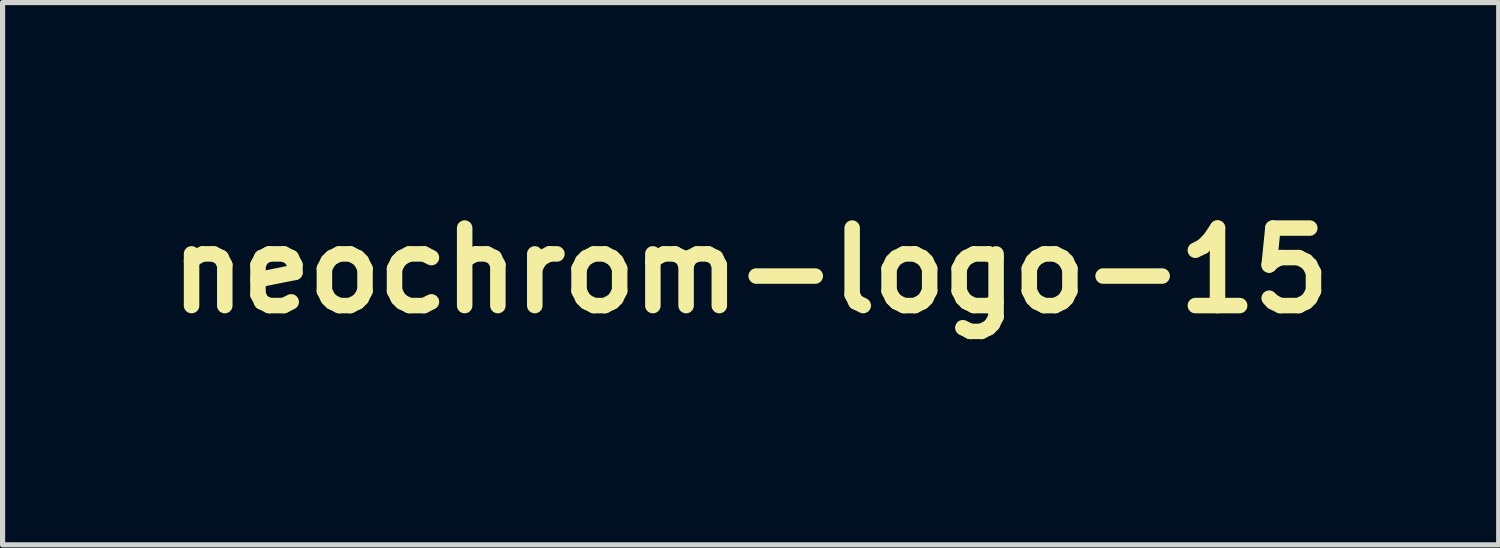
<source format=kicad_pcb>
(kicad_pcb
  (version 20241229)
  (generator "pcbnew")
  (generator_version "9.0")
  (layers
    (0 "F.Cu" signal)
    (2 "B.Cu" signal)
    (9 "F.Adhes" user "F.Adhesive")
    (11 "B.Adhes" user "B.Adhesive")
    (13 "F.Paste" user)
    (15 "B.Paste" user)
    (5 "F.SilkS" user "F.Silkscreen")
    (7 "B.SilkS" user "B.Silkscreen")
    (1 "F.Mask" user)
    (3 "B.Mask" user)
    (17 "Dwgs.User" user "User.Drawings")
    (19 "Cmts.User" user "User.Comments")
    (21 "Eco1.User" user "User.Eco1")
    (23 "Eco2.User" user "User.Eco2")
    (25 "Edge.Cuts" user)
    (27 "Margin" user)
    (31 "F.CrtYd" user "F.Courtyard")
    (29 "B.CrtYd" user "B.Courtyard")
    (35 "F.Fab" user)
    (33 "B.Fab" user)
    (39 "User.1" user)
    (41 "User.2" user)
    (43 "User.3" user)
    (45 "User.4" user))
  (footprint "neochrom-logo-15"
    (layer "F.Cu")
    (at 11.479 2.186)
    (property "Reference" "neochrom-logo-15" (at 0 0 0) (layer "F.SilkS") (effects (font (size 1.5 1.5) (thickness 0.3))))
    (attr board_only exclude_from_pos_files exclude_from_bom)
    (fp_poly (pts (xy 3.951 -1.418) (xy 3.962 -1.407) (xy 3.969 -1.383) (xy 3.973 -1.339) (xy 3.976 -1.27) (xy 3.976 -1.265) (xy 3.981 -1.114) (xy 3.898 -1.114) (xy 3.803 -1.104) (xy 3.733 -1.074) (xy 3.686 -1.024) (xy 3.679 -1.011) (xy 3.67 -0.988) (xy 3.664 -0.958) (xy 3.659 -0.916) (xy 3.655 -0.859) (xy 3.653 -0.783) (xy 3.652 -0.681) (xy 3.652 -0.566) (xy 3.652 -0.18) (xy 3.496 -0.182) (xy 3.341 -0.185) (xy 3.341 -0.788) (xy 3.341 -1.392) (xy 3.488 -1.392) (xy 3.636 -1.392) (xy 3.636 -1.318) (xy 3.636 -1.245) (xy 3.694 -1.309) (xy 3.752 -1.359) (xy 3.82 -1.398) (xy 3.887 -1.42) (xy 3.932 -1.422)) (stroke (width 0) (type solid)) (fill yes) (layer "F.Mask"))
    (fp_poly (pts (xy -0.682 0.263) (xy -0.584 0.267) (xy -0.508 0.274) (xy -0.449 0.286) (xy -0.402 0.304) (xy -0.362 0.33) (xy -0.323 0.364) (xy -0.316 0.371) (xy -0.251 0.459) (xy -0.211 0.567) (xy -0.197 0.695) (xy -0.197 0.703) (xy -0.21 0.833) (xy -0.25 0.945) (xy -0.316 1.037) (xy -0.406 1.109) (xy -0.408 1.11) (xy -0.443 1.129) (xy -0.476 1.142) (xy -0.516 1.151) (xy -0.57 1.156) (xy -0.646 1.159) (xy -0.684 1.16) (xy -0.884 1.166) (xy -0.884 1.5) (xy -0.884 1.834) (xy -0.991 1.834) (xy -1.097 1.834) (xy -1.097 1.048) (xy -1.097 0.426) (xy -0.884 0.426) (xy -0.884 0.714) (xy -0.884 1.003) (xy -0.725 0.996) (xy -0.636 0.99) (xy -0.574 0.981) (xy -0.532 0.967) (xy -0.522 0.961) (xy -0.49 0.929) (xy -0.458 0.88) (xy -0.442 0.847) (xy -0.42 0.787) (xy -0.412 0.733) (xy -0.416 0.666) (xy -0.416 0.664) (xy -0.433 0.576) (xy -0.466 0.511) (xy -0.519 0.466) (xy -0.594 0.438) (xy -0.695 0.427) (xy -0.741 0.426) (xy -0.884 0.426) (xy -1.097 0.426) (xy -1.097 0.262) (xy -0.808 0.262)) (stroke (width 0) (type solid)) (fill yes) (layer "F.Mask"))
    (fp_poly (pts (xy -1.396 -1.782) (xy -1.253 -1.777) (xy -1.253 -0.983) (xy -1.253 -0.188) (xy -1.429 -0.184) (xy -1.606 -0.179) (xy -1.631 -0.24) (xy -1.648 -0.282) (xy -1.671 -0.344) (xy -1.697 -0.417) (xy -1.711 -0.457) (xy -1.735 -0.526) (xy -1.767 -0.617) (xy -1.804 -0.721) (xy -1.842 -0.829) (xy -1.867 -0.901) (xy -1.9 -0.994) (xy -1.93 -1.08) (xy -1.954 -1.151) (xy -1.972 -1.203) (xy -1.979 -1.228) (xy -1.982 -1.222) (xy -1.985 -1.187) (xy -1.988 -1.126) (xy -1.991 -1.043) (xy -1.994 -0.941) (xy -1.996 -0.823) (xy -1.998 -0.729) (xy -2.006 -0.188) (xy -2.146 -0.183) (xy -2.211 -0.182) (xy -2.262 -0.184) (xy -2.293 -0.188) (xy -2.297 -0.19) (xy -2.3 -0.208) (xy -2.302 -0.256) (xy -2.304 -0.33) (xy -2.306 -0.428) (xy -2.307 -0.545) (xy -2.308 -0.678) (xy -2.309 -0.826) (xy -2.309 -0.983) (xy -2.309 -0.994) (xy -2.309 -1.786) (xy -2.117 -1.781) (xy -1.926 -1.777) (xy -1.905 -1.72) (xy -1.884 -1.661) (xy -1.854 -1.577) (xy -1.817 -1.474) (xy -1.776 -1.357) (xy -1.732 -1.233) (xy -1.687 -1.108) (xy -1.644 -0.986) (xy -1.643 -0.983) (xy -1.548 -0.712) (xy -1.543 -1.249) (xy -1.539 -1.786)) (stroke (width 0) (type solid)) (fill yes) (layer "F.Mask"))
    (fp_poly (pts (xy 2.538 -1.529) (xy 2.538 -1.273) (xy 2.577 -1.314) (xy 2.64 -1.368) (xy 2.714 -1.4) (xy 2.806 -1.414) (xy 2.843 -1.415) (xy 2.908 -1.414) (xy 2.952 -1.407) (xy 2.987 -1.392) (xy 3.021 -1.369) (xy 3.051 -1.345) (xy 3.075 -1.322) (xy 3.094 -1.294) (xy 3.109 -1.26) (xy 3.12 -1.216) (xy 3.128 -1.156) (xy 3.133 -1.079) (xy 3.137 -0.981) (xy 3.139 -0.857) (xy 3.141 -0.704) (xy 3.141 -0.692) (xy 3.147 -0.18) (xy 2.99 -0.18) (xy 2.833 -0.18) (xy 2.833 -0.614) (xy 2.833 -0.73) (xy 2.833 -0.835) (xy 2.833 -0.924) (xy 2.833 -0.994) (xy 2.833 -1.04) (xy 2.833 -1.056) (xy 2.827 -1.075) (xy 2.811 -1.11) (xy 2.809 -1.112) (xy 2.771 -1.155) (xy 2.72 -1.173) (xy 2.663 -1.168) (xy 2.61 -1.14) (xy 2.576 -1.103) (xy 2.567 -1.086) (xy 2.56 -1.064) (xy 2.555 -1.033) (xy 2.55 -0.988) (xy 2.547 -0.926) (xy 2.545 -0.843) (xy 2.543 -0.734) (xy 2.541 -0.619) (xy 2.536 -0.18) (xy 2.393 -0.18) (xy 2.327 -0.181) (xy 2.274 -0.184) (xy 2.243 -0.189) (xy 2.238 -0.191) (xy 2.236 -0.209) (xy 2.234 -0.257) (xy 2.232 -0.331) (xy 2.23 -0.428) (xy 2.229 -0.545) (xy 2.228 -0.678) (xy 2.227 -0.826) (xy 2.227 -0.983) (xy 2.227 -0.994) (xy 2.227 -1.785) (xy 2.383 -1.785) (xy 2.538 -1.785)) (stroke (width 0) (type solid)) (fill yes) (layer "F.Mask"))
    (fp_poly (pts (xy 0.884 0.856) (xy 0.884 1.021) (xy 0.883 1.156) (xy 0.882 1.265) (xy 0.879 1.352) (xy 0.876 1.421) (xy 0.872 1.473) (xy 0.866 1.514) (xy 0.859 1.547) (xy 0.859 1.547) (xy 0.819 1.649) (xy 0.757 1.736) (xy 0.679 1.802) (xy 0.64 1.823) (xy 0.562 1.847) (xy 0.465 1.86) (xy 0.364 1.862) (xy 0.27 1.852) (xy 0.224 1.841) (xy 0.131 1.795) (xy 0.054 1.723) (xy -0.002 1.632) (xy -0.021 1.579) (xy -0.029 1.549) (xy -0.035 1.514) (xy -0.039 1.47) (xy -0.043 1.415) (xy -0.046 1.344) (xy -0.047 1.254) (xy -0.049 1.141) (xy -0.049 1.002) (xy -0.049 0.871) (xy -0.049 0.262) (xy 0.053 0.262) (xy 0.156 0.262) (xy 0.156 0.88) (xy 0.156 1.04) (xy 0.156 1.169) (xy 0.157 1.273) (xy 0.158 1.355) (xy 0.16 1.417) (xy 0.163 1.464) (xy 0.167 1.498) (xy 0.173 1.524) (xy 0.18 1.544) (xy 0.188 1.562) (xy 0.188 1.563) (xy 0.232 1.63) (xy 0.285 1.671) (xy 0.356 1.691) (xy 0.418 1.695) (xy 0.504 1.687) (xy 0.568 1.661) (xy 0.62 1.611) (xy 0.647 1.57) (xy 0.655 1.555) (xy 0.662 1.536) (xy 0.668 1.512) (xy 0.672 1.479) (xy 0.676 1.433) (xy 0.678 1.372) (xy 0.68 1.291) (xy 0.682 1.188) (xy 0.683 1.059) (xy 0.685 0.901) (xy 0.685 0.888) (xy 0.691 0.262) (xy 0.787 0.262) (xy 0.884 0.262)) (stroke (width 0) (type solid)) (fill yes) (layer "F.Mask"))
    (fp_poly (pts (xy -1.653 0.239) (xy -1.542 0.278) (xy -1.453 0.341) (xy -1.387 0.427) (xy -1.345 0.534) (xy -1.331 0.619) (xy -1.322 0.706) (xy -1.426 0.701) (xy -1.529 0.696) (xy -1.547 0.614) (xy -1.579 0.519) (xy -1.626 0.452) (xy -1.681 0.415) (xy -1.769 0.395) (xy -1.855 0.402) (xy -1.932 0.437) (xy -1.994 0.495) (xy -2.01 0.52) (xy -2.044 0.602) (xy -2.07 0.706) (xy -2.087 0.826) (xy -2.096 0.957) (xy -2.097 1.091) (xy -2.089 1.223) (xy -2.074 1.347) (xy -2.051 1.456) (xy -2.02 1.545) (xy -1.987 1.601) (xy -1.92 1.662) (xy -1.845 1.694) (xy -1.766 1.699) (xy -1.691 1.677) (xy -1.625 1.629) (xy -1.574 1.557) (xy -1.564 1.535) (xy -1.544 1.482) (xy -1.53 1.437) (xy -1.521 1.389) (xy -1.515 1.326) (xy -1.511 1.29) (xy -1.502 1.179) (xy -1.66 1.179) (xy -1.818 1.179) (xy -1.818 1.097) (xy -1.818 1.015) (xy -1.572 1.015) (xy -1.326 1.015) (xy -1.326 1.425) (xy -1.326 1.834) (xy -1.4 1.834) (xy -1.474 1.834) (xy -1.474 1.74) (xy -1.474 1.646) (xy -1.516 1.708) (xy -1.586 1.785) (xy -1.674 1.836) (xy -1.781 1.859) (xy -1.801 1.861) (xy -1.864 1.862) (xy -1.918 1.858) (xy -1.949 1.853) (xy -2.049 1.809) (xy -2.128 1.747) (xy -2.19 1.664) (xy -2.238 1.556) (xy -2.259 1.485) (xy -2.288 1.339) (xy -2.303 1.175) (xy -2.306 1.003) (xy -2.294 0.832) (xy -2.271 0.674) (xy -2.244 0.57) (xy -2.192 0.447) (xy -2.122 0.351) (xy -2.033 0.282) (xy -1.925 0.24) (xy -1.799 0.225) (xy -1.783 0.225)) (stroke (width 0) (type solid)) (fill yes) (layer "F.Mask"))
    (fp_poly (pts (xy 4.634 -1.406) (xy 4.741 -1.376) (xy 4.826 -1.323) (xy 4.891 -1.246) (xy 4.937 -1.143) (xy 4.939 -1.136) (xy 4.953 -1.069) (xy 4.963 -0.979) (xy 4.969 -0.874) (xy 4.971 -0.764) (xy 4.968 -0.658) (xy 4.96 -0.563) (xy 4.948 -0.491) (xy 4.906 -0.379) (xy 4.842 -0.287) (xy 4.759 -0.219) (xy 4.669 -0.18) (xy 4.613 -0.171) (xy 4.539 -0.166) (xy 4.459 -0.166) (xy 4.384 -0.171) (xy 4.326 -0.18) (xy 4.315 -0.184) (xy 4.228 -0.226) (xy 4.158 -0.288) (xy 4.106 -0.37) (xy 4.069 -0.476) (xy 4.047 -0.608) (xy 4.039 -0.768) (xy 4.039 -0.778) (xy 4.04 -0.79) (xy 4.357 -0.79) (xy 4.358 -0.672) (xy 4.362 -0.583) (xy 4.371 -0.517) (xy 4.386 -0.468) (xy 4.407 -0.433) (xy 4.436 -0.406) (xy 4.44 -0.403) (xy 4.475 -0.383) (xy 4.507 -0.378) (xy 4.549 -0.387) (xy 4.581 -0.409) (xy 4.614 -0.45) (xy 4.623 -0.465) (xy 4.636 -0.494) (xy 4.646 -0.524) (xy 4.653 -0.562) (xy 4.656 -0.614) (xy 4.658 -0.685) (xy 4.659 -0.784) (xy 4.659 -0.786) (xy 4.657 -0.905) (xy 4.652 -0.997) (xy 4.642 -1.066) (xy 4.625 -1.116) (xy 4.602 -1.154) (xy 4.57 -1.183) (xy 4.56 -1.189) (xy 4.53 -1.207) (xy 4.506 -1.209) (xy 4.473 -1.195) (xy 4.458 -1.186) (xy 4.424 -1.164) (xy 4.399 -1.135) (xy 4.38 -1.095) (xy 4.369 -1.039) (xy 4.361 -0.963) (xy 4.358 -0.861) (xy 4.357 -0.79) (xy 4.04 -0.79) (xy 4.046 -0.945) (xy 4.067 -1.085) (xy 4.105 -1.198) (xy 4.161 -1.285) (xy 4.235 -1.349) (xy 4.328 -1.391) (xy 4.441 -1.412) (xy 4.504 -1.415)) (stroke (width 0) (type solid)) (fill yes) (layer "F.Mask"))
    (fp_poly (pts (xy 0.522 -1.411) (xy 0.618 -1.39) (xy 0.695 -1.355) (xy 0.697 -1.354) (xy 0.756 -1.301) (xy 0.81 -1.226) (xy 0.85 -1.14) (xy 0.856 -1.122) (xy 0.865 -1.075) (xy 0.871 -0.999) (xy 0.874 -0.899) (xy 0.875 -0.786) (xy 0.874 -0.682) (xy 0.872 -0.605) (xy 0.868 -0.547) (xy 0.862 -0.501) (xy 0.852 -0.463) (xy 0.838 -0.424) (xy 0.837 -0.422) (xy 0.789 -0.335) (xy 0.721 -0.259) (xy 0.642 -0.204) (xy 0.593 -0.183) (xy 0.532 -0.172) (xy 0.452 -0.166) (xy 0.366 -0.167) (xy 0.286 -0.173) (xy 0.229 -0.183) (xy 0.141 -0.221) (xy 0.07 -0.281) (xy 0.016 -0.364) (xy -0.023 -0.472) (xy -0.045 -0.607) (xy -0.053 -0.769) (xy -0.053 -0.794) (xy -0.053 -0.802) (xy 0.262 -0.802) (xy 0.264 -0.683) (xy 0.269 -0.591) (xy 0.278 -0.522) (xy 0.292 -0.472) (xy 0.313 -0.435) (xy 0.338 -0.41) (xy 0.379 -0.384) (xy 0.417 -0.379) (xy 0.466 -0.393) (xy 0.466 -0.393) (xy 0.5 -0.412) (xy 0.525 -0.442) (xy 0.543 -0.487) (xy 0.555 -0.552) (xy 0.562 -0.64) (xy 0.565 -0.756) (xy 0.565 -0.794) (xy 0.564 -0.907) (xy 0.56 -0.993) (xy 0.553 -1.056) (xy 0.54 -1.103) (xy 0.521 -1.138) (xy 0.494 -1.166) (xy 0.472 -1.184) (xy 0.438 -1.205) (xy 0.407 -1.206) (xy 0.376 -1.195) (xy 0.336 -1.172) (xy 0.307 -1.139) (xy 0.286 -1.09) (xy 0.272 -1.022) (xy 0.265 -0.93) (xy 0.262 -0.809) (xy 0.262 -0.802) (xy -0.053 -0.802) (xy -0.045 -0.956) (xy -0.023 -1.09) (xy 0.014 -1.198) (xy 0.067 -1.282) (xy 0.137 -1.346) (xy 0.221 -1.388) (xy 0.313 -1.411) (xy 0.417 -1.418)) (stroke (width 0) (type solid)) (fill yes) (layer "F.Mask"))
    (fp_poly (pts (xy 1.701 -1.79) (xy 1.815 -1.756) (xy 1.905 -1.7) (xy 1.973 -1.619) (xy 2.018 -1.515) (xy 2.042 -1.387) (xy 2.044 -1.357) (xy 2.051 -1.228) (xy 1.896 -1.228) (xy 1.74 -1.228) (xy 1.73 -1.279) (xy 1.722 -1.329) (xy 1.72 -1.369) (xy 1.712 -1.41) (xy 1.695 -1.458) (xy 1.693 -1.464) (xy 1.65 -1.522) (xy 1.595 -1.555) (xy 1.534 -1.563) (xy 1.474 -1.546) (xy 1.424 -1.504) (xy 1.399 -1.461) (xy 1.385 -1.412) (xy 1.373 -1.338) (xy 1.363 -1.245) (xy 1.355 -1.141) (xy 1.35 -1.034) (xy 1.349 -0.929) (xy 1.352 -0.835) (xy 1.352 -0.835) (xy 1.362 -0.71) (xy 1.375 -0.613) (xy 1.393 -0.54) (xy 1.416 -0.486) (xy 1.436 -0.458) (xy 1.47 -0.425) (xy 1.509 -0.412) (xy 1.548 -0.409) (xy 1.599 -0.414) (xy 1.635 -0.433) (xy 1.66 -0.459) (xy 1.706 -0.537) (xy 1.731 -0.637) (xy 1.736 -0.716) (xy 1.736 -0.802) (xy 1.9 -0.802) (xy 2.063 -0.802) (xy 2.063 -0.724) (xy 2.052 -0.585) (xy 2.019 -0.459) (xy 1.966 -0.351) (xy 1.904 -0.275) (xy 1.83 -0.224) (xy 1.734 -0.188) (xy 1.624 -0.168) (xy 1.509 -0.165) (xy 1.398 -0.18) (xy 1.351 -0.194) (xy 1.291 -0.218) (xy 1.234 -0.249) (xy 1.215 -0.262) (xy 1.17 -0.309) (xy 1.126 -0.378) (xy 1.087 -0.461) (xy 1.057 -0.547) (xy 1.049 -0.586) (xy 1.043 -0.631) (xy 1.039 -0.703) (xy 1.035 -0.792) (xy 1.033 -0.893) (xy 1.032 -0.998) (xy 1.031 -1.101) (xy 1.032 -1.196) (xy 1.035 -1.273) (xy 1.039 -1.328) (xy 1.041 -1.343) (xy 1.076 -1.484) (xy 1.127 -1.598) (xy 1.194 -1.684) (xy 1.281 -1.746) (xy 1.388 -1.784) (xy 1.518 -1.8) (xy 1.564 -1.801)) (stroke (width 0) (type solid)) (fill yes) (layer "F.Mask"))
    (fp_poly (pts (xy -0.492 -1.406) (xy -0.392 -1.375) (xy -0.313 -1.323) (xy -0.252 -1.247) (xy -0.228 -1.198) (xy -0.211 -1.146) (xy -0.195 -1.072) (xy -0.181 -0.985) (xy -0.17 -0.895) (xy -0.164 -0.813) (xy -0.164 -0.79) (xy -0.164 -0.737) (xy -0.469 -0.737) (xy -0.774 -0.737) (xy -0.765 -0.611) (xy -0.749 -0.513) (xy -0.721 -0.44) (xy -0.68 -0.395) (xy -0.63 -0.378) (xy -0.571 -0.392) (xy -0.543 -0.407) (xy -0.525 -0.43) (xy -0.504 -0.473) (xy -0.491 -0.51) (xy -0.461 -0.598) (xy -0.319 -0.602) (xy -0.178 -0.607) (xy -0.189 -0.529) (xy -0.217 -0.42) (xy -0.267 -0.325) (xy -0.334 -0.248) (xy -0.414 -0.196) (xy -0.453 -0.181) (xy -0.522 -0.17) (xy -0.607 -0.166) (xy -0.694 -0.169) (xy -0.771 -0.179) (xy -0.809 -0.19) (xy -0.904 -0.238) (xy -0.977 -0.309) (xy -1.026 -0.389) (xy -1.043 -0.424) (xy -1.055 -0.455) (xy -1.063 -0.488) (xy -1.069 -0.528) (xy -1.071 -0.583) (xy -1.072 -0.658) (xy -1.073 -0.759) (xy -1.073 -0.77) (xy -1.072 -0.879) (xy -1.071 -0.933) (xy -0.77 -0.933) (xy -0.613 -0.933) (xy -0.54 -0.934) (xy -0.495 -0.936) (xy -0.471 -0.942) (xy -0.463 -0.951) (xy -0.464 -0.962) (xy -0.472 -0.996) (xy -0.481 -1.045) (xy -0.483 -1.058) (xy -0.506 -1.13) (xy -0.549 -1.182) (xy -0.589 -1.203) (xy -0.639 -1.204) (xy -0.688 -1.178) (xy -0.729 -1.131) (xy -0.758 -1.069) (xy -0.77 -0.998) (xy -0.77 -0.995) (xy -0.77 -0.933) (xy -1.071 -0.933) (xy -1.07 -0.961) (xy -1.067 -1.023) (xy -1.06 -1.07) (xy -1.052 -1.108) (xy -1.041 -1.138) (xy -0.996 -1.233) (xy -0.939 -1.304) (xy -0.864 -1.357) (xy -0.839 -1.37) (xy -0.784 -1.394) (xy -0.732 -1.408) (xy -0.67 -1.414) (xy -0.616 -1.415)) (stroke (width 0) (type solid)) (fill yes) (layer "F.Mask"))
    (fp_poly (pts (xy 5.786 -1.416) (xy 5.876 -1.391) (xy 5.943 -1.348) (xy 5.991 -1.284) (xy 5.993 -1.279) (xy 6.014 -1.24) (xy 6.047 -1.292) (xy 6.103 -1.352) (xy 6.179 -1.394) (xy 6.266 -1.415) (xy 6.357 -1.415) (xy 6.444 -1.393) (xy 6.517 -1.349) (xy 6.543 -1.325) (xy 6.564 -1.296) (xy 6.581 -1.261) (xy 6.594 -1.214) (xy 6.603 -1.154) (xy 6.609 -1.076) (xy 6.613 -0.976) (xy 6.615 -0.852) (xy 6.616 -0.699) (xy 6.616 -0.66) (xy 6.616 -0.179) (xy 6.465 -0.184) (xy 6.313 -0.188) (xy 6.305 -0.652) (xy 6.303 -0.788) (xy 6.3 -0.894) (xy 6.298 -0.975) (xy 6.295 -1.035) (xy 6.291 -1.077) (xy 6.286 -1.105) (xy 6.28 -1.124) (xy 6.271 -1.136) (xy 6.261 -1.146) (xy 6.258 -1.148) (xy 6.217 -1.173) (xy 6.178 -1.176) (xy 6.128 -1.156) (xy 6.124 -1.154) (xy 6.099 -1.14) (xy 6.079 -1.124) (xy 6.063 -1.102) (xy 6.052 -1.07) (xy 6.044 -1.026) (xy 6.038 -0.964) (xy 6.034 -0.881) (xy 6.032 -0.774) (xy 6.03 -0.638) (xy 6.029 -0.618) (xy 6.024 -0.179) (xy 5.874 -0.184) (xy 5.724 -0.188) (xy 5.715 -0.655) (xy 5.712 -0.775) (xy 5.71 -0.884) (xy 5.708 -0.978) (xy 5.706 -1.052) (xy 5.704 -1.102) (xy 5.703 -1.125) (xy 5.702 -1.126) (xy 5.688 -1.136) (xy 5.659 -1.156) (xy 5.625 -1.172) (xy 5.589 -1.171) (xy 5.56 -1.163) (xy 5.516 -1.141) (xy 5.484 -1.112) (xy 5.482 -1.108) (xy 5.475 -1.083) (xy 5.468 -1.031) (xy 5.463 -0.953) (xy 5.459 -0.847) (xy 5.455 -0.71) (xy 5.453 -0.63) (xy 5.445 -0.188) (xy 5.294 -0.184) (xy 5.142 -0.179) (xy 5.142 -0.785) (xy 5.142 -1.392) (xy 5.29 -1.392) (xy 5.437 -1.392) (xy 5.437 -1.333) (xy 5.437 -1.275) (xy 5.487 -1.325) (xy 5.552 -1.371) (xy 5.635 -1.403) (xy 5.722 -1.419)) (stroke (width 0) (type solid)) (fill yes) (layer "F.Mask"))
    (fp_poly (pts (xy -5.26 -2.18) (xy -5.207 -2.166) (xy -5.154 -2.149) (xy -5.108 -2.13) (xy -5.081 -2.114) (xy -5.077 -2.107) (xy -5.082 -2.085) (xy -5.095 -2.038) (xy -5.116 -1.971) (xy -5.142 -1.889) (xy -5.164 -1.82) (xy -5.193 -1.733) (xy -5.216 -1.657) (xy -5.233 -1.597) (xy -5.242 -1.56) (xy -5.242 -1.549) (xy -5.221 -1.539) (xy -5.18 -1.524) (xy -5.128 -1.506) (xy -5.074 -1.488) (xy -5.026 -1.472) (xy -4.995 -1.463) (xy -4.986 -1.462) (xy -4.981 -1.478) (xy -4.967 -1.52) (xy -4.946 -1.583) (xy -4.921 -1.662) (xy -4.897 -1.736) (xy -4.869 -1.825) (xy -4.843 -1.903) (xy -4.821 -1.965) (xy -4.806 -2.005) (xy -4.8 -2.018) (xy -4.781 -2.019) (xy -4.74 -2.011) (xy -4.689 -1.997) (xy -4.636 -1.981) (xy -4.591 -1.964) (xy -4.565 -1.949) (xy -4.564 -1.949) (xy -4.564 -1.93) (xy -4.573 -1.885) (xy -4.591 -1.82) (xy -4.614 -1.739) (xy -4.639 -1.657) (xy -4.728 -1.378) (xy -4.636 -1.345) (xy -4.578 -1.323) (xy -4.535 -1.31) (xy -4.503 -1.308) (xy -4.477 -1.319) (xy -4.455 -1.349) (xy -4.433 -1.399) (xy -4.407 -1.473) (xy -4.373 -1.575) (xy -4.371 -1.58) (xy -4.333 -1.691) (xy -4.302 -1.773) (xy -4.279 -1.825) (xy -4.263 -1.851) (xy -4.256 -1.854) (xy -4.215 -1.843) (xy -4.163 -1.826) (xy -4.11 -1.807) (xy -4.064 -1.789) (xy -4.035 -1.775) (xy -4.029 -1.771) (xy -4.034 -1.752) (xy -4.047 -1.708) (xy -4.067 -1.644) (xy -4.092 -1.563) (xy -4.117 -1.486) (xy -4.149 -1.386) (xy -4.171 -1.313) (xy -4.184 -1.262) (xy -4.19 -1.23) (xy -4.189 -1.21) (xy -4.182 -1.2) (xy -4.178 -1.198) (xy -4.146 -1.185) (xy -4.097 -1.169) (xy -4.044 -1.153) (xy -3.993 -1.14) (xy -3.956 -1.132) (xy -3.941 -1.131) (xy -3.934 -1.148) (xy -3.919 -1.192) (xy -3.898 -1.255) (xy -3.872 -1.335) (xy -3.848 -1.408) (xy -3.82 -1.497) (xy -3.794 -1.574) (xy -3.774 -1.635) (xy -3.76 -1.674) (xy -3.756 -1.686) (xy -3.738 -1.685) (xy -3.699 -1.675) (xy -3.648 -1.66) (xy -3.594 -1.643) (xy -3.546 -1.626) (xy -3.514 -1.611) (xy -3.505 -1.605) (xy -3.509 -1.586) (xy -3.523 -1.542) (xy -3.543 -1.477) (xy -3.568 -1.396) (xy -3.594 -1.317) (xy -3.622 -1.228) (xy -3.647 -1.151) (xy -3.665 -1.091) (xy -3.677 -1.052) (xy -3.68 -1.04) (xy -3.571 -0.998) (xy -3.488 -0.956) (xy -3.427 -0.909) (xy -3.38 -0.854) (xy -3.347 -0.794) (xy -3.315 -0.693) (xy -3.312 -0.588) (xy -3.335 -0.49) (xy -3.349 -0.443) (xy -3.356 -0.411) (xy -3.355 -0.403) (xy -3.338 -0.397) (xy -3.295 -0.382) (xy -3.232 -0.361) (xy -3.152 -0.335) (xy -3.079 -0.312) (xy -2.99 -0.283) (xy -2.912 -0.257) (xy -2.85 -0.237) (xy -2.81 -0.223) (xy -2.797 -0.218) (xy -2.798 -0.202) (xy -2.807 -0.164) (xy -2.822 -0.114) (xy -2.839 -0.06) (xy -2.855 -0.012) (xy -2.869 0.022) (xy -2.875 0.03) (xy -2.891 0.028) (xy -2.934 0.016) (xy -2.997 -0.002) (xy -3.076 -0.027) (xy -3.147 -0.049) (xy -3.236 -0.077) (xy -3.314 -0.102) (xy -3.376 -0.121) (xy -3.416 -0.133) (xy -3.429 -0.137) (xy -3.441 -0.124) (xy -3.459 -0.086) (xy -3.481 -0.032) (xy -3.488 -0.011) (xy -3.533 0.117) (xy -3.498 0.13) (xy -3.471 0.14) (xy -3.419 0.157) (xy -3.348 0.179) (xy -3.265 0.206) (xy -3.218 0.221) (xy -3.134 0.248) (xy -3.061 0.272) (xy -3.006 0.29) (xy -2.973 0.302) (xy -2.966 0.305) (xy -2.967 0.322) (xy -2.977 0.361) (xy -2.992 0.412) (xy -3.011 0.465) (xy -3.028 0.512) (xy -3.042 0.543) (xy -3.048 0.55) (xy -3.067 0.547) (xy -3.112 0.536) (xy -3.177 0.517) (xy -3.258 0.492) (xy -3.335 0.467) (xy -3.423 0.438) (xy -3.501 0.414) (xy -3.562 0.395) (xy -3.601 0.384) (xy -3.614 0.382) (xy -3.625 0.404) (xy -3.641 0.446) (xy -3.658 0.499) (xy -3.673 0.554) (xy -3.685 0.602) (xy -3.69 0.633) (xy -3.689 0.64) (xy -3.67 0.649) (xy -3.625 0.665) (xy -3.559 0.687) (xy -3.479 0.714) (xy -3.406 0.737) (xy -3.318 0.765) (xy -3.241 0.789) (xy -3.181 0.809) (xy -3.143 0.822) (xy -3.132 0.826) (xy -3.135 0.842) (xy -3.146 0.879) (xy -3.162 0.929) (xy -3.18 0.983) (xy -3.197 1.032) (xy -3.21 1.065) (xy -3.216 1.076) (xy -3.232 1.073) (xy -3.275 1.061) (xy -3.339 1.042) (xy -3.418 1.017) (xy -3.497 0.991) (xy -3.586 0.962) (xy -3.664 0.937) (xy -3.726 0.917) (xy -3.765 0.905) (xy -3.778 0.901) (xy -3.787 0.914) (xy -3.801 0.945) (xy -3.815 0.981) (xy -3.822 1.007) (xy -3.829 1.032) (xy -3.843 1.074) (xy -3.847 1.087) (xy -3.859 1.13) (xy -3.858 1.153) (xy -3.846 1.165) (xy -3.824 1.174) (xy -3.776 1.192) (xy -3.708 1.215) (xy -3.626 1.242) (xy -3.566 1.262) (xy -3.473 1.293) (xy -3.397 1.321) (xy -3.342 1.344) (xy -3.312 1.36) (xy -3.308 1.365) (xy -3.313 1.387) (xy -3.325 1.43) (xy -3.341 1.483) (xy -3.357 1.535) (xy -3.372 1.578) (xy -3.381 1.6) (xy -3.381 1.6) (xy -3.397 1.597) (xy -3.439 1.585) (xy -3.501 1.565) (xy -3.58 1.54) (xy -3.661 1.515) (xy -3.751 1.486) (xy -3.83 1.461) (xy -3.892 1.441) (xy -3.933 1.429) (xy -3.948 1.425) (xy -3.957 1.439) (xy -3.972 1.476) (xy -3.984 1.511) (xy -4.031 1.612) (xy -4.099 1.696) (xy -4.182 1.756) (xy -4.256 1.78) (xy -4.345 1.791) (xy -4.437 1.786) (xy -4.516 1.767) (xy -4.524 1.764) (xy -4.563 1.75) (xy -4.588 1.747) (xy -4.591 1.749) (xy -4.597 1.768) (xy -4.612 1.812) (xy -4.634 1.877) (xy -4.66 1.958) (xy -4.685 2.035) (xy -4.715 2.123) (xy -4.742 2.2) (xy -4.765 2.26) (xy -4.782 2.297) (xy -4.79 2.308) (xy -4.813 2.303) (xy -4.858 2.291) (xy -4.903 2.277) (xy -4.956 2.258) (xy -4.997 2.241) (xy -5.013 2.231) (xy -5.013 2.212) (xy -5.004 2.166) (xy -4.986 2.098) (xy -4.961 2.014) (xy -4.937 1.941) (xy -4.909 1.852) (xy -4.884 1.774) (xy -4.866 1.713) (xy -4.855 1.673) (xy -4.853 1.66) (xy -4.873 1.649) (xy -4.915 1.635) (xy -4.968 1.619) (xy -5.023 1.603) (xy -5.072 1.592) (xy -5.104 1.586) (xy -5.111 1.587) (xy -5.12 1.605) (xy -5.136 1.649) (xy -5.158 1.714) (xy -5.184 1.794) (xy -5.207 1.867) (xy -5.235 1.955) (xy -5.26 2.032) (xy -5.279 2.092) (xy -5.292 2.129) (xy -5.296 2.141) (xy -5.313 2.139) (xy -5.351 2.129) (xy -5.401 2.114) (xy -5.455 2.097) (xy -5.502 2.081) (xy -5.533 2.068) (xy -5.54 2.064) (xy -5.539 2.046) (xy -5.529 2.001) (xy -5.512 1.936) (xy -5.488 1.856) (xy -5.462 1.776) (xy -5.433 1.687) (xy -5.41 1.608) (xy -5.393 1.546) (xy -5.384 1.504) (xy -5.384 1.49) (xy -5.41 1.476) (xy -5.455 1.459) (xy -5.509 1.442) (xy -5.562 1.428) (xy -5.606 1.419) (xy -5.631 1.418) (xy -5.633 1.419) (xy -5.642 1.439) (xy -5.659 1.484) (xy -5.682 1.55) (xy -5.709 1.63) (xy -5.731 1.699) (xy -5.764 1.801) (xy -5.79 1.875) (xy -5.811 1.925) (xy -5.827 1.954) (xy -5.84 1.965) (xy -5.843 1.965) (xy -5.877 1.96) (xy -5.925 1.946) (xy -5.977 1.927) (xy -6.024 1.906) (xy -6.058 1.888) (xy -6.07 1.875) (xy -6.07 1.875) (xy -6.056 1.837) (xy -6.037 1.778) (xy -6.014 1.706) (xy -5.989 1.626) (xy -5.964 1.545) (xy -5.94 1.468) (xy -5.92 1.401) (xy -5.906 1.351) (xy -5.899 1.323) (xy -5.898 1.319) (xy -5.915 1.312) (xy -5.956 1.298) (xy -6.012 1.279) (xy -6.031 1.273) (xy -6.157 1.231) (xy -6.249 1.516) (xy -6.28 1.611) (xy -6.309 1.691) (xy -6.333 1.752) (xy -6.35 1.789) (xy -6.359 1.8) (xy -6.393 1.793) (xy -6.441 1.778) (xy -6.493 1.759) (xy -6.542 1.739) (xy -6.577 1.722) (xy -6.59 1.711) (xy -6.584 1.691) (xy -6.571 1.645) (xy -6.55 1.579) (xy -6.525 1.498) (xy -6.502 1.427) (xy -6.47 1.326) (xy -6.448 1.252) (xy -6.436 1.2) (xy -6.434 1.166) (xy -6.441 1.145) (xy -6.459 1.132) (xy -6.486 1.123) (xy -6.501 1.12) (xy -6.598 1.08) (xy -6.68 1.014) (xy -6.743 0.928) (xy -6.781 0.827) (xy -6.789 0.784) (xy -6.791 0.744) (xy -6.786 0.697) (xy -6.772 0.637) (xy -6.749 0.555) (xy -6.746 0.542) (xy -6.755 0.525) (xy -6.795 0.503) (xy -6.862 0.476) (xy -6.921 0.456) (xy -6.968 0.44) (xy -6.995 0.431) (xy -6.997 0.431) (xy -7.026 0.423) (xy -7.074 0.408) (xy -7.133 0.388) (xy -7.192 0.367) (xy -7.244 0.348) (xy -7.281 0.334) (xy -7.292 0.329) (xy -7.294 0.308) (xy -7.287 0.267) (xy -7.273 0.215) (xy -7.256 0.162) (xy -7.238 0.116) (xy -7.222 0.087) (xy -7.215 0.082) (xy -7.195 0.087) (xy -7.148 0.101) (xy -7.082 0.121) (xy -7 0.147) (xy -6.931 0.17) (xy -6.833 0.202) (xy -6.761 0.224) (xy -6.712 0.237) (xy -6.68 0.242) (xy -6.661 0.241) (xy -6.651 0.233) (xy -6.65 0.231) (xy -6.638 0.204) (xy -6.622 0.16) (xy -6.604 0.107) (xy -6.588 0.056) (xy -6.575 0.015) (xy -6.571 -0.006) (xy -6.571 -0.007) (xy -6.587 -0.013) (xy -6.628 -0.026) (xy -6.688 -0.045) (xy -6.747 -0.064) (xy -6.879 -0.106) (xy -6.98 -0.139) (xy -7.054 -0.163) (xy -7.102 -0.18) (xy -7.125 -0.189) (xy -7.126 -0.19) (xy -7.127 -0.207) (xy -7.12 -0.246) (xy -7.107 -0.297) (xy -7.091 -0.351) (xy -7.075 -0.397) (xy -7.061 -0.427) (xy -7.058 -0.432) (xy -7.039 -0.432) (xy -6.994 -0.422) (xy -6.929 -0.405) (xy -6.85 -0.381) (xy -6.794 -0.363) (xy -6.706 -0.334) (xy -6.629 -0.31) (xy -6.566 -0.29) (xy -6.525 -0.278) (xy -6.513 -0.275) (xy -6.495 -0.279) (xy -6.477 -0.303) (xy -6.457 -0.35) (xy -6.444 -0.385) (xy -6.42 -0.457) (xy -6.407 -0.503) (xy -6.406 -0.529) (xy -6.414 -0.539) (xy -6.422 -0.54) (xy -6.443 -0.545) (xy -6.49 -0.559) (xy -6.557 -0.579) (xy -6.638 -0.604) (xy -6.701 -0.625) (xy -6.808 -0.661) (xy -6.885 -0.689) (xy -6.934 -0.711) (xy -6.957 -0.728) (xy -6.96 -0.734) (xy -6.955 -0.758) (xy -6.942 -0.803) (xy -6.925 -0.856) (xy -6.907 -0.908) (xy -6.892 -0.948) (xy -6.884 -0.964) (xy -6.868 -0.961) (xy -6.826 -0.949) (xy -6.763 -0.93) (xy -6.683 -0.904) (xy -6.599 -0.877) (xy -6.509 -0.847) (xy -6.431 -0.822) (xy -6.369 -0.803) (xy -6.328 -0.792) (xy -6.314 -0.789) (xy -6.307 -0.806) (xy -6.293 -0.846) (xy -6.275 -0.902) (xy -6.269 -0.92) (xy -6.228 -1.046) (xy -6.271 -1.063) (xy -6.301 -1.074) (xy -6.356 -1.092) (xy -6.428 -1.116) (xy -6.512 -1.143) (xy -6.55 -1.155) (xy -6.633 -1.182) (xy -6.704 -1.205) (xy -6.758 -1.223) (xy -6.788 -1.234) (xy -6.793 -1.236) (xy -6.792 -1.254) (xy -6.782 -1.293) (xy -6.767 -1.344) (xy -6.75 -1.397) (xy -6.733 -1.444) (xy -6.72 -1.475) (xy -6.715 -1.482) (xy -6.697 -1.479) (xy -6.653 -1.467) (xy -6.589 -1.449) (xy -6.511 -1.424) (xy -6.466 -1.41) (xy -6.358 -1.374) (xy -6.278 -1.348) (xy -6.22 -1.331) (xy -6.181 -1.323) (xy -6.155 -1.325) (xy -6.139 -1.336) (xy -6.128 -1.357) (xy -6.117 -1.386) (xy -6.109 -1.41) (xy -6.056 -1.516) (xy -5.983 -1.596) (xy -5.891 -1.65) (xy -5.851 -1.664) (xy -5.793 -1.677) (xy -5.737 -1.681) (xy -5.674 -1.675) (xy -5.595 -1.658) (xy -5.541 -1.644) (xy -5.527 -1.643) (xy -5.515 -1.649) (xy -5.503 -1.667) (xy -5.488 -1.701) (xy -5.468 -1.756) (xy -5.442 -1.835) (xy -5.421 -1.902) (xy -5.392 -1.991) (xy -5.366 -2.069) (xy -5.344 -2.131) (xy -5.329 -2.171) (xy -5.323 -2.183) (xy -5.301 -2.186)) (stroke (width 0) (type solid)) (fill yes) (layer "F.Mask")))
  (gr_rect
    (start -3 -3)
    (end 25.957 7.495)
    (stroke (width 0.1) (type default))
    (fill no)
    (layer "Edge.Cuts")))
</source>
